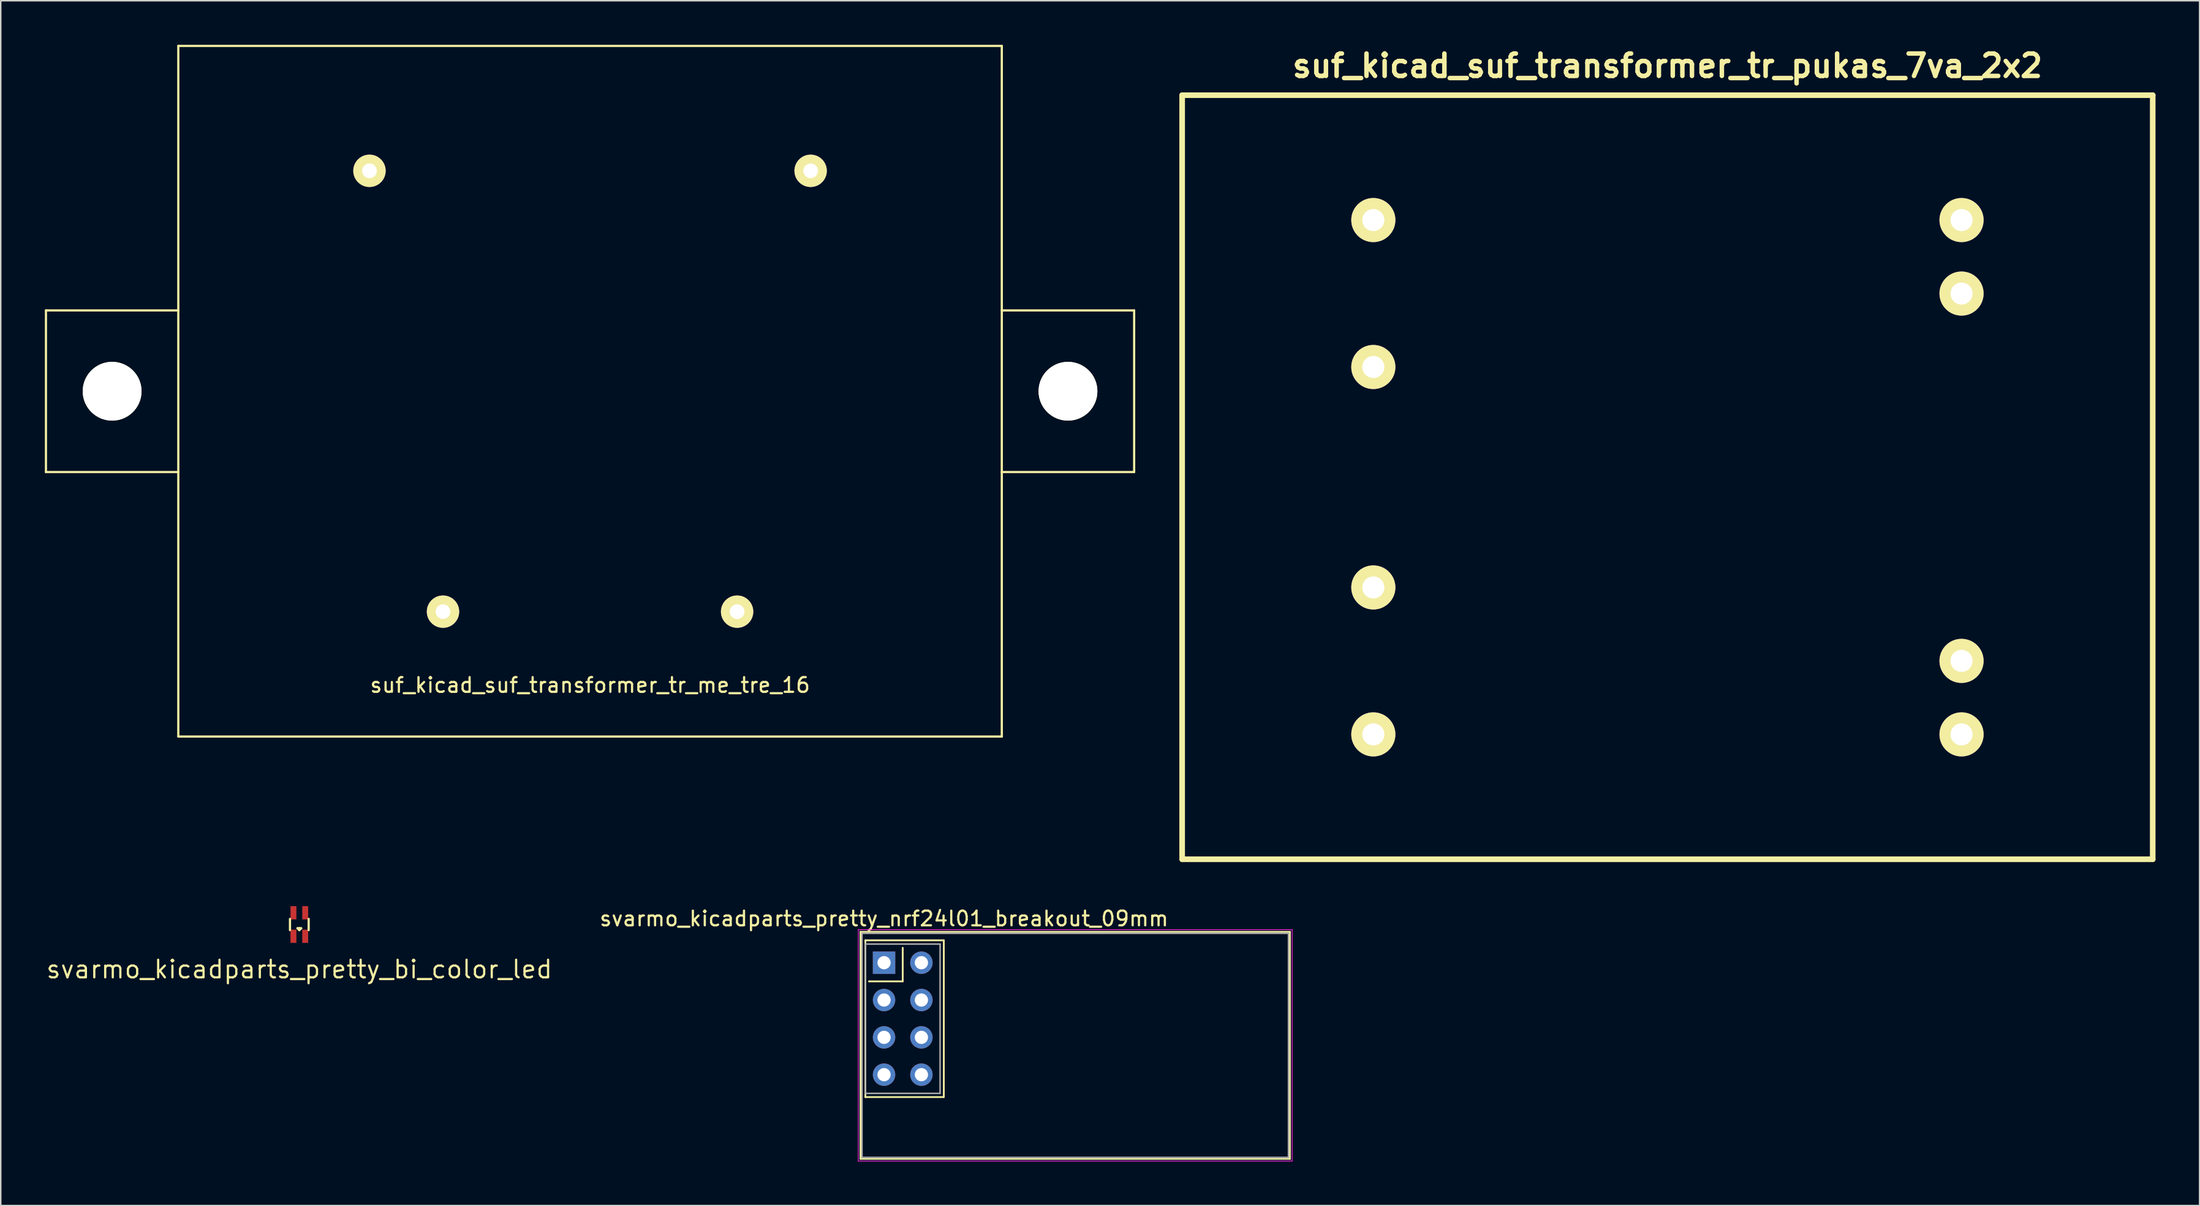
<source format=kicad_pcb>
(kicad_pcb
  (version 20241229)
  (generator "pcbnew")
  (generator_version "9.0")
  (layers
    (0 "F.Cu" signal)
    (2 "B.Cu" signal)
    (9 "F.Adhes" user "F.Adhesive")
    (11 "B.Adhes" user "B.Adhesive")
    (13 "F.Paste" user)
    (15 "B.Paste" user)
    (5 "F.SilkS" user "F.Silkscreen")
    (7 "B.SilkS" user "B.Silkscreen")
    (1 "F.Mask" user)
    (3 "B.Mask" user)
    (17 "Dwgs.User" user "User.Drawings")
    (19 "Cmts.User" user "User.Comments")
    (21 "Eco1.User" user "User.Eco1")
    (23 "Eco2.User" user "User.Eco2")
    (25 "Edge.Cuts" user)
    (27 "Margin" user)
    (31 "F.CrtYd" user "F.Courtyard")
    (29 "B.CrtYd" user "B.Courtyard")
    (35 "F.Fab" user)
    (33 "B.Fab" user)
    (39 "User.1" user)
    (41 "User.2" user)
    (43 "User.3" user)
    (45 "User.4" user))
  (footprint "suf_kicad_suf_transformer_tr_pukas_7va_2x2"
    (layer "F.Cu")
    (at 110.34 29.427)
    (property "Reference" "suf_kicad_suf_transformer_tr_pukas_7va_2x2" (at 0 -28.001 0) (layer "F.SilkS") (effects (font (size 1.524 1.524) (thickness 0.305))))
    (attr through_hole)
    (fp_line (start -33 -25.999) (end -33 25.999) (stroke (width 0.381) (type solid)) (layer "F.SilkS"))
    (fp_line (start -33 25.999) (end 33 25.999) (stroke (width 0.381) (type solid)) (layer "F.SilkS"))
    (fp_line (start 33 -25.999) (end -33 -25.999) (stroke (width 0.381) (type solid)) (layer "F.SilkS"))
    (fp_line (start 33 25.999) (end 33 -25.999) (stroke (width 0.381) (type solid)) (layer "F.SilkS"))
    (pad "1" thru_hole circle (at -20 -17.501) (size 3 3) (drill 1.501) (layers "*.Cu" "*.Mask" "F.SilkS"))
    (pad "2" thru_hole circle (at -20 -7.501) (size 3 3) (drill 1.501) (layers "*.Cu" "*.Mask" "F.SilkS"))
    (pad "3" thru_hole circle (at -20 7.501) (size 3 3) (drill 1.501) (layers "*.Cu" "*.Mask" "F.SilkS"))
    (pad "4" thru_hole circle (at -20 17.501) (size 3 3) (drill 1.501) (layers "*.Cu" "*.Mask" "F.SilkS"))
    (pad "5" thru_hole circle (at 20 17.501) (size 3 3) (drill 1.501) (layers "*.Cu" "*.Mask" "F.SilkS"))
    (pad "6" thru_hole circle (at 20 12.499) (size 3 3) (drill 1.501) (layers "*.Cu" "*.Mask" "F.SilkS"))
    (pad "7" thru_hole circle (at 20 -12.499) (size 3 3) (drill 1.501) (layers "*.Cu" "*.Mask" "F.SilkS"))
    (pad "8" thru_hole circle (at 20 -17.501) (size 3 3) (drill 1.501) (layers "*.Cu" "*.Mask" "F.SilkS")))
  (footprint "svarmo_kicadparts_pretty_bi_color_led"
    (layer "F.Cu")
    (at 17.305 59.867)
    (property "Reference" "svarmo_kicadparts_pretty_bi_color_led" (at 0 3.048 0) (layer "F.SilkS") (effects (font (size 1.2 1.2) (thickness 0.15))))
    (attr through_hole)
    (fp_line (start -0.635 -0.381) (end -0.635 0.381) (stroke (width 0.15) (type solid)) (layer "F.SilkS"))
    (fp_line (start -0.127 0.254) (end 0 0.381) (stroke (width 0.15) (type solid)) (layer "F.SilkS"))
    (fp_line (start 0 0.254) (end 0 0.381) (stroke (width 0.15) (type solid)) (layer "F.SilkS"))
    (fp_line (start 0 0.381) (end 0 0.254) (stroke (width 0.15) (type solid)) (layer "F.SilkS"))
    (fp_line (start 0.127 0.254) (end -0.127 0.254) (stroke (width 0.15) (type solid)) (layer "F.SilkS"))
    (fp_line (start 0.127 0.254) (end 0 0.381) (stroke (width 0.15) (type solid)) (layer "F.SilkS"))
    (fp_line (start 0.635 -0.381) (end 0.635 0.381) (stroke (width 0.15) (type solid)) (layer "F.SilkS"))
    (pad "1" smd rect (at 0.4 -0.8) (size 0.4 0.9) (layers "F.Cu" "F.Mask" "F.Paste"))
    (pad "2" smd rect (at -0.4 -0.8) (size 0.4 0.9) (layers "F.Cu" "F.Mask" "F.Paste"))
    (pad "3" smd rect (at 0.4 0.8) (size 0.4 0.9) (layers "F.Cu" "F.Mask" "F.Paste"))
    (pad "4" smd rect (at -0.4 0.8) (size 0.4 0.9) (layers "F.Cu" "F.Mask" "F.Paste")))
  (footprint "svarmo_kicadparts_pretty_nrf24l01_breakout_09mm"
    (layer "F.Cu")
    (at 57.068 62.466)
    (property "Reference" "svarmo_kicadparts_pretty_nrf24l01_breakout_09mm" (at 0 -3 0) (layer "F.SilkS") (effects (font (size 1 1) (thickness 0.15))))
    (attr through_hole)
    (fp_line (start -1.6 -2.1) (end -1.6 -2.1) (stroke (width 0.12) (type solid)) (layer "F.SilkS"))
    (fp_line (start -1.6 -2.1) (end 27.6 -2.1) (stroke (width 0.12) (type solid)) (layer "F.SilkS"))
    (fp_line (start -1.6 13.35) (end -1.6 -2.1) (stroke (width 0.12) (type solid)) (layer "F.SilkS"))
    (fp_line (start -1.27 -1.524) (end -1.27 -1.524) (stroke (width 0.12) (type solid)) (layer "F.SilkS"))
    (fp_line (start -1.27 -1.524) (end 4.064 -1.524) (stroke (width 0.12) (type solid)) (layer "F.SilkS"))
    (fp_line (start -1.27 9.144) (end -1.27 -1.524) (stroke (width 0.12) (type solid)) (layer "F.SilkS"))
    (fp_line (start -1.27 9.144) (end -1.27 9.144) (stroke (width 0.12) (type solid)) (layer "F.SilkS"))
    (fp_line (start -1.016 1.27) (end -1.016 1.27) (stroke (width 0.12) (type solid)) (layer "F.SilkS"))
    (fp_line (start 1.27 -1.016) (end 1.27 1.27) (stroke (width 0.12) (type solid)) (layer "F.SilkS"))
    (fp_line (start 1.27 1.27) (end -1.016 1.27) (stroke (width 0.12) (type solid)) (layer "F.SilkS"))
    (fp_line (start 4.064 -1.524) (end 4.064 9.144) (stroke (width 0.12) (type solid)) (layer "F.SilkS"))
    (fp_line (start 4.064 9.144) (end -1.27 9.144) (stroke (width 0.12) (type solid)) (layer "F.SilkS"))
    (fp_line (start 27.6 -2.1) (end 27.6 13.35) (stroke (width 0.12) (type solid)) (layer "F.SilkS"))
    (fp_line (start 27.6 13.35) (end -1.6 13.35) (stroke (width 0.12) (type solid)) (layer "F.SilkS"))
    (fp_line (start -1.75 -2.25) (end -1.75 13.5) (stroke (width 0.05) (type solid)) (layer "F.CrtYd"))
    (fp_line (start -1.75 13.5) (end 27.75 13.5) (stroke (width 0.05) (type solid)) (layer "F.CrtYd"))
    (fp_line (start 27.75 -2.25) (end -1.75 -2.25) (stroke (width 0.05) (type solid)) (layer "F.CrtYd"))
    (fp_line (start 27.75 -2.25) (end 27.75 -2.25) (stroke (width 0.05) (type solid)) (layer "F.CrtYd"))
    (fp_line (start 27.75 13.5) (end 27.75 -2.25) (stroke (width 0.05) (type solid)) (layer "F.CrtYd"))
    (fp_line (start -1.5 -2) (end -1.5 -2) (stroke (width 0.1) (type solid)) (layer "F.Fab"))
    (fp_line (start -1.5 -2) (end 27.5 -2) (stroke (width 0.1) (type solid)) (layer "F.Fab"))
    (fp_line (start -1.5 13.25) (end -1.5 -2) (stroke (width 0.1) (type solid)) (layer "F.Fab"))
    (fp_line (start -1.27 -1.27) (end -1.27 -1.27) (stroke (width 0.1) (type solid)) (layer "F.Fab"))
    (fp_line (start -1.27 -1.27) (end 3.81 -1.27) (stroke (width 0.1) (type solid)) (layer "F.Fab"))
    (fp_line (start -1.27 8.89) (end -1.27 -1.27) (stroke (width 0.1) (type solid)) (layer "F.Fab"))
    (fp_line (start 3.81 -1.27) (end 3.81 8.89) (stroke (width 0.1) (type solid)) (layer "F.Fab"))
    (fp_line (start 3.81 8.89) (end -1.27 8.89) (stroke (width 0.1) (type solid)) (layer "F.Fab"))
    (fp_line (start 27.5 -2) (end 27.5 13.25) (stroke (width 0.1) (type solid)) (layer "F.Fab"))
    (fp_line (start 27.5 13.25) (end -1.5 13.25) (stroke (width 0.1) (type solid)) (layer "F.Fab"))
    (pad "1" thru_hole rect (at 0 0) (size 1.524 1.524) (drill 0.9) (layers "*.Cu" "*.Mask"))
    (pad "2" thru_hole circle (at 2.54 0) (size 1.524 1.524) (drill 0.9) (layers "*.Cu" "*.Mask"))
    (pad "3" thru_hole circle (at 0 2.54) (size 1.524 1.524) (drill 0.9) (layers "*.Cu" "*.Mask"))
    (pad "4" thru_hole circle (at 2.54 2.54) (size 1.524 1.524) (drill 0.9) (layers "*.Cu" "*.Mask"))
    (pad "5" thru_hole circle (at 0 5.08) (size 1.524 1.524) (drill 0.9) (layers "*.Cu" "*.Mask"))
    (pad "6" thru_hole circle (at 2.54 5.08) (size 1.524 1.524) (drill 0.9) (layers "*.Cu" "*.Mask"))
    (pad "7" thru_hole circle (at 0 7.62) (size 1.524 1.524) (drill 0.9) (layers "*.Cu" "*.Mask"))
    (pad "8" thru_hole circle (at 2.54 7.62) (size 1.524 1.524) (drill 0.9) (layers "*.Cu" "*.Mask")))
  (footprint "suf_kicad_suf_transformer_tr_me_tre_16"
    (layer "F.Cu")
    (at 37.075 23.575)
    (property "Reference" "suf_kicad_suf_transformer_tr_me_tre_16" (at 0 20 0) (layer "F.SilkS") (effects (font (size 1 1) (thickness 0.15))))
    (attr through_hole)
    (fp_line (start -37 -5.5) (end -37 5.5) (stroke (width 0.15) (type solid)) (layer "F.SilkS"))
    (fp_line (start -37 5.5) (end -28 5.5) (stroke (width 0.15) (type solid)) (layer "F.SilkS"))
    (fp_line (start -28 -23.5) (end -28 23.5) (stroke (width 0.15) (type solid)) (layer "F.SilkS"))
    (fp_line (start -28 -5.5) (end -37 -5.5) (stroke (width 0.15) (type solid)) (layer "F.SilkS"))
    (fp_line (start -28 23.5) (end 28 23.5) (stroke (width 0.15) (type solid)) (layer "F.SilkS"))
    (fp_line (start 28 -23.5) (end -28 -23.5) (stroke (width 0.15) (type solid)) (layer "F.SilkS"))
    (fp_line (start 28 -5.5) (end 37 -5.5) (stroke (width 0.15) (type solid)) (layer "F.SilkS"))
    (fp_line (start 28 23.5) (end 28 -23.5) (stroke (width 0.15) (type solid)) (layer "F.SilkS"))
    (fp_line (start 37 -5.5) (end 37 5.5) (stroke (width 0.15) (type solid)) (layer "F.SilkS"))
    (fp_line (start 37 5.5) (end 28 5.5) (stroke (width 0.15) (type solid)) (layer "F.SilkS"))
    (pad "" np_thru_hole circle (at -32.5 0) (size 4 4) (drill 4) (layers "*.Cu" "*.Mask" "F.SilkS"))
    (pad "" np_thru_hole circle (at 32.5 0) (size 4 4) (drill 4) (layers "*.Cu" "*.Mask" "F.SilkS"))
    (pad "1" thru_hole circle (at -15 -15) (size 2.2 2.2) (drill 1) (layers "*.Cu" "*.Mask" "F.SilkS"))
    (pad "7" thru_hole circle (at 15 -15) (size 2.2 2.2) (drill 1) (layers "*.Cu" "*.Mask" "F.SilkS"))
    (pad "9" thru_hole circle (at 10 15) (size 2.2 2.2) (drill 1) (layers "*.Cu" "*.Mask" "F.SilkS"))
    (pad "13" thru_hole circle (at -10 15) (size 2.2 2.2) (drill 1) (layers "*.Cu" "*.Mask" "F.SilkS")))
  (gr_rect
    (start -3 -3)
    (end 146.53 78.991)
    (stroke (width 0.1) (type default))
    (fill no)
    (layer "Edge.Cuts")))
</source>
